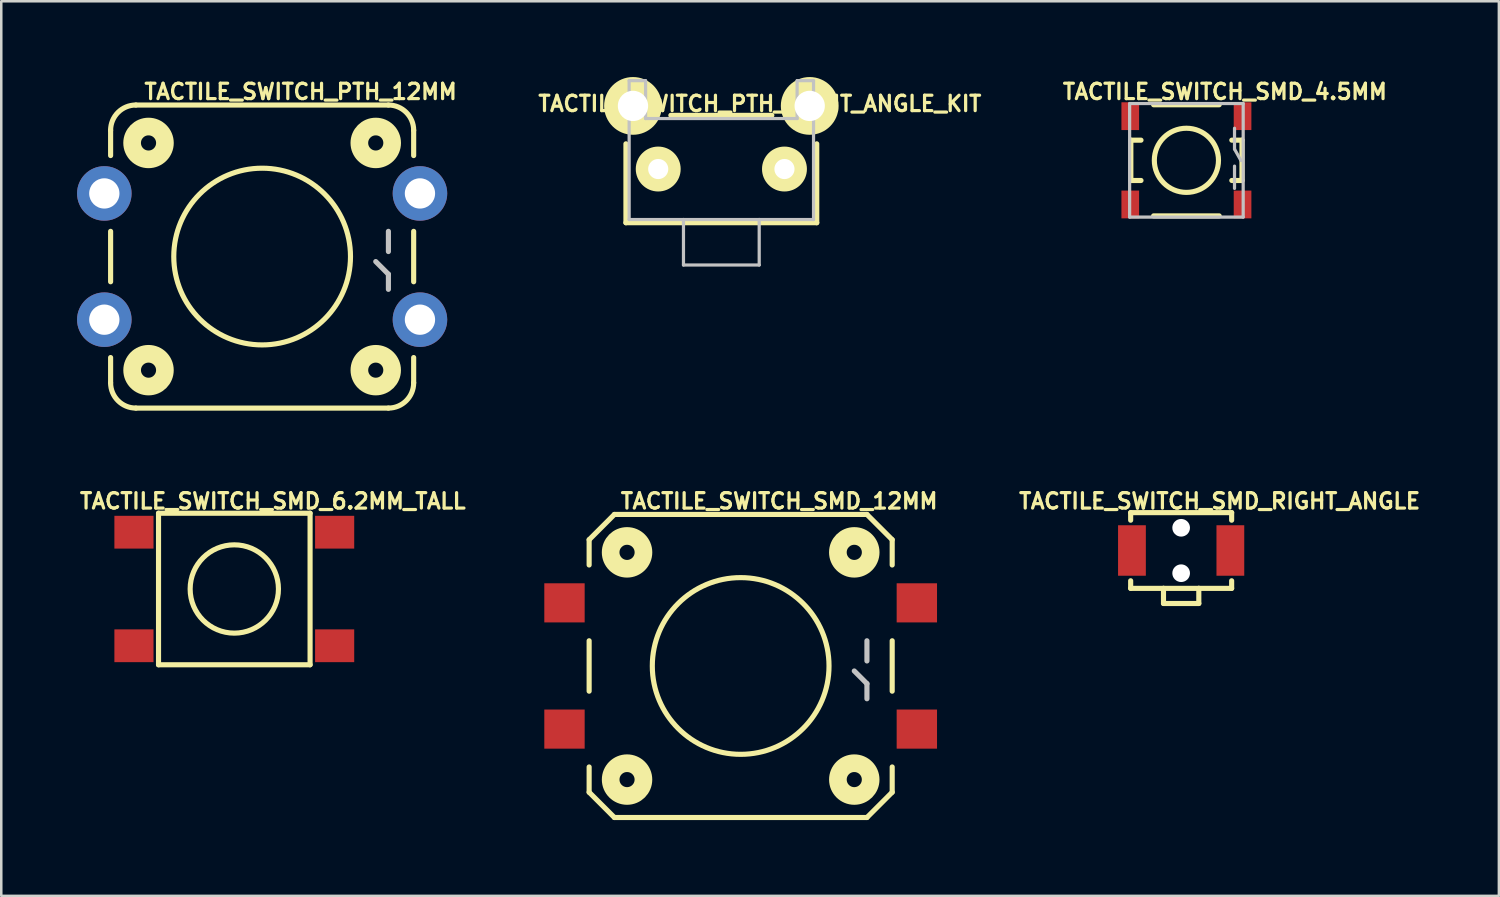
<source format=kicad_pcb>
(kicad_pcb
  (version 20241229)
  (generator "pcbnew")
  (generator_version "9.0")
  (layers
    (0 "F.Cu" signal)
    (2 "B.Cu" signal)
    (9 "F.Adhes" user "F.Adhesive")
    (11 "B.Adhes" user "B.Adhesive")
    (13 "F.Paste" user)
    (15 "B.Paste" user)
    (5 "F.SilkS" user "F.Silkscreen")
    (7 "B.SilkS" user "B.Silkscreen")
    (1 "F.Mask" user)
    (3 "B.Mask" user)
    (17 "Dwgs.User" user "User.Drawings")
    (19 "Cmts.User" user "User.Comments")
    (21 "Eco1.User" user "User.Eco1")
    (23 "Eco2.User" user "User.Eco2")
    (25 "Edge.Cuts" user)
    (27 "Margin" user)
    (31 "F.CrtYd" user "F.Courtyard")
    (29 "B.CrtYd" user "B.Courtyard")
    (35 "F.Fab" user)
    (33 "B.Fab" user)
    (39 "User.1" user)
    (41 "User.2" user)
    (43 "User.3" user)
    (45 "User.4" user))
  (footprint "TACTILE_SWITCH_PTH_RIGHT_ANGLE_KIT"
    (layer "F.Cu")
    (at 25.508 3.642)
    (property "Reference" "TACTILE_SWITCH_PTH_RIGHT_ANGLE_KIT" (at 1.524 -2.588 0) (layer "F.SilkS") (effects (font (size 0.61 0.61) (thickness 0.127))))
    (attr exclude_from_pos_files exclude_from_bom)
    (fp_line (start -3.777 -0.998) (end -3.777 2.126) (stroke (width 0.203) (type solid)) (layer "F.SilkS"))
    (fp_line (start -3.777 2.126) (end 3.777 2.126) (stroke (width 0.203) (type solid)) (layer "F.SilkS"))
    (fp_line (start 1.999 -2.126) (end -1.999 -2.126) (stroke (width 0.203) (type solid)) (layer "F.SilkS"))
    (fp_line (start 3.777 2.126) (end 3.777 -0.998) (stroke (width 0.203) (type solid)) (layer "F.SilkS"))
    (fp_circle (center -3.498 -2.499) (end -3.498 -3.642) (stroke (width 0) (type solid)) (fill yes) (layer "F.SilkS"))
    (fp_circle (center -3.498 -2.499) (end -3.498 -3.134) (stroke (width 0) (type solid)) (fill yes) (layer "F.SilkS"))
    (fp_circle (center -2.499 0) (end -2.499 -0.889) (stroke (width 0) (type solid)) (fill yes) (layer "F.SilkS"))
    (fp_circle (center -2.499 0) (end -2.499 -0.445) (stroke (width 0) (type solid)) (fill yes) (layer "F.SilkS"))
    (fp_circle (center 2.499 0) (end 2.499 -0.889) (stroke (width 0) (type solid)) (fill yes) (layer "F.SilkS"))
    (fp_circle (center 2.499 0) (end 2.499 -0.445) (stroke (width 0) (type solid)) (fill yes) (layer "F.SilkS"))
    (fp_circle (center 3.498 -2.499) (end 3.498 -3.642) (stroke (width 0) (type solid)) (fill yes) (layer "F.SilkS"))
    (fp_circle (center 3.498 -2.499) (end 3.498 -3.134) (stroke (width 0) (type solid)) (fill yes) (layer "F.SilkS"))
    (fp_line (start -3.65 -3.498) (end -3 -3.498) (stroke (width 0.127) (type solid)) (layer "Dwgs.User"))
    (fp_line (start -3.65 1.999) (end -3.65 -3.498) (stroke (width 0.127) (type solid)) (layer "Dwgs.User"))
    (fp_line (start -3.65 1.999) (end -1.499 1.999) (stroke (width 0.127) (type solid)) (layer "Dwgs.User"))
    (fp_line (start -3 -1.999) (end -3 -3.498) (stroke (width 0.127) (type solid)) (layer "Dwgs.User"))
    (fp_line (start -3 -1.999) (end 3 -1.999) (stroke (width 0.127) (type solid)) (layer "Dwgs.User"))
    (fp_line (start -1.499 1.999) (end -1.499 3.8) (stroke (width 0.127) (type solid)) (layer "Dwgs.User"))
    (fp_line (start -1.499 1.999) (end 1.499 1.999) (stroke (width 0.127) (type solid)) (layer "Dwgs.User"))
    (fp_line (start 1.499 1.999) (end 1.499 3.8) (stroke (width 0.127) (type solid)) (layer "Dwgs.User"))
    (fp_line (start 1.499 1.999) (end 3.65 1.999) (stroke (width 0.127) (type solid)) (layer "Dwgs.User"))
    (fp_line (start 1.499 3.8) (end -1.499 3.8) (stroke (width 0.127) (type solid)) (layer "Dwgs.User"))
    (fp_line (start 3 -3.498) (end 3.65 -3.498) (stroke (width 0.127) (type solid)) (layer "Dwgs.User"))
    (fp_line (start 3 -1.999) (end 3 -3.498) (stroke (width 0.127) (type solid)) (layer "Dwgs.User"))
    (fp_line (start 3.65 -3.498) (end 3.65 1.999) (stroke (width 0.127) (type solid)) (layer "Dwgs.User"))
    (pad "1" thru_hole circle (at -2.499 0) (size 1.699 1.699) (drill 0.798) (layers "*.Cu" "*.Paste" "*.Mask"))
    (pad "2" thru_hole circle (at 2.499 0) (size 1.699 1.699) (drill 0.798) (layers "*.Cu" "*.Paste" "*.Mask"))
    (pad "ANCH" thru_hole circle (at -3.498 -2.499) (size 2.2 2.2) (drill 1.199) (layers "*.Cu" "*.Paste" "*.Mask"))
    (pad "ANCH" thru_hole circle (at 3.498 -2.499) (size 2.2 2.2) (drill 1.199) (layers "*.Cu" "*.Paste" "*.Mask")))
  (footprint "TACTILE_SWITCH_SMD_12MM"
    (layer "F.Cu")
    (at 26.273 23.316)
    (property "Reference" "TACTILE_SWITCH_SMD_12MM" (at 1.524 -6.528 0) (layer "F.SilkS") (effects (font (size 0.61 0.61) (thickness 0.127))))
    (attr smd)
    (fp_line (start -5.999 -3.998) (end -5.999 -4.999) (stroke (width 0.203) (type solid)) (layer "F.SilkS"))
    (fp_line (start -5.999 0.998) (end -5.999 -0.998) (stroke (width 0.203) (type solid)) (layer "F.SilkS"))
    (fp_line (start -5.999 4.999) (end -5.999 3.998) (stroke (width 0.203) (type solid)) (layer "F.SilkS"))
    (fp_line (start -5.999 4.999) (end -4.999 5.999) (stroke (width 0.203) (type solid)) (layer "F.SilkS"))
    (fp_line (start -4.999 -5.999) (end -5.999 -4.999) (stroke (width 0.203) (type solid)) (layer "F.SilkS"))
    (fp_line (start -4.999 -5.999) (end 4.999 -5.999) (stroke (width 0.203) (type solid)) (layer "F.SilkS"))
    (fp_line (start 4.999 5.999) (end -4.999 5.999) (stroke (width 0.203) (type solid)) (layer "F.SilkS"))
    (fp_line (start 5.999 -4.999) (end 4.999 -5.999) (stroke (width 0.203) (type solid)) (layer "F.SilkS"))
    (fp_line (start 5.999 -4.999) (end 5.999 -3.998) (stroke (width 0.203) (type solid)) (layer "F.SilkS"))
    (fp_line (start 5.999 -0.998) (end 5.999 0.998) (stroke (width 0.203) (type solid)) (layer "F.SilkS"))
    (fp_line (start 5.999 3.998) (end 5.999 4.999) (stroke (width 0.203) (type solid)) (layer "F.SilkS"))
    (fp_line (start 5.999 4.999) (end 4.999 5.999) (stroke (width 0.203) (type solid)) (layer "F.SilkS"))
    (fp_circle (center -4.498 -4.498) (end -4.498 -4.798) (stroke (width 0.699) (type solid)) (fill no) (layer "F.SilkS"))
    (fp_circle (center -4.498 4.498) (end -4.498 4.199) (stroke (width 0.699) (type solid)) (fill no) (layer "F.SilkS"))
    (fp_circle (center 0 0) (end 0 -3.498) (stroke (width 0.203) (type solid)) (fill no) (layer "F.SilkS"))
    (fp_circle (center 4.498 -4.498) (end 4.498 -4.798) (stroke (width 0.699) (type solid)) (fill no) (layer "F.SilkS"))
    (fp_circle (center 4.498 4.498) (end 4.498 4.199) (stroke (width 0.699) (type solid)) (fill no) (layer "F.SilkS"))
    (fp_line (start 4.999 -0.198) (end 4.999 -0.998) (stroke (width 0.203) (type solid)) (layer "Dwgs.User"))
    (fp_line (start 4.999 0.699) (end 4.498 0.198) (stroke (width 0.203) (type solid)) (layer "Dwgs.User"))
    (fp_line (start 4.999 1.298) (end 4.999 0.699) (stroke (width 0.203) (type solid)) (layer "Dwgs.User"))
    (pad "1" smd rect (at 6.975 2.499) (size 1.598 1.549) (layers "F.Cu" "F.Mask" "F.Paste"))
    (pad "2" smd rect (at -6.975 2.499) (size 1.598 1.549) (layers "F.Cu" "F.Mask" "F.Paste"))
    (pad "3" smd rect (at 6.975 -2.499) (size 1.598 1.549) (layers "F.Cu" "F.Mask" "F.Paste"))
    (pad "4" smd rect (at -6.975 -2.499) (size 1.598 1.549) (layers "F.Cu" "F.Mask" "F.Paste")))
  (footprint "TACTILE_SWITCH_SMD_6.2MM_TALL"
    (layer "F.Cu")
    (at 6.226 20.268)
    (property "Reference" "TACTILE_SWITCH_SMD_6.2MM_TALL" (at 1.524 -3.48 0) (layer "F.SilkS") (effects (font (size 0.61 0.61) (thickness 0.127))))
    (attr smd)
    (fp_line (start -3 -3) (end -3 3) (stroke (width 0.203) (type solid)) (layer "F.SilkS"))
    (fp_line (start -3 3) (end 3 3) (stroke (width 0.203) (type solid)) (layer "F.SilkS"))
    (fp_line (start 3 -3) (end -3 -3) (stroke (width 0.203) (type solid)) (layer "F.SilkS"))
    (fp_line (start 3 3) (end 3 -3) (stroke (width 0.203) (type solid)) (layer "F.SilkS"))
    (fp_circle (center 0 0) (end 0 -1.748) (stroke (width 0.203) (type solid)) (fill no) (layer "F.SilkS"))
    (pad "A1" smd rect (at -3.973 2.248 90) (size 1.298 1.549) (layers "F.Cu" "F.Mask" "F.Paste"))
    (pad "A2" smd rect (at 3.973 2.248 90) (size 1.298 1.549) (layers "F.Cu" "F.Mask" "F.Paste"))
    (pad "B1" smd rect (at -3.973 -2.248 90) (size 1.298 1.549) (layers "F.Cu" "F.Mask" "F.Paste"))
    (pad "B2" smd rect (at 3.973 -2.248 90) (size 1.298 1.549) (layers "F.Cu" "F.Mask" "F.Paste")))
  (footprint "TACTILE_SWITCH_SMD_4.5MM"
    (layer "F.Cu")
    (at 43.92 3.297)
    (property "Reference" "TACTILE_SWITCH_SMD_4.5MM" (at 1.524 -2.718 0) (layer "F.SilkS") (effects (font (size 0.61 0.61) (thickness 0.127))))
    (attr smd)
    (fp_line (start -2.2 -0.798) (end -2.2 0.798) (stroke (width 0.203) (type solid)) (layer "F.SilkS"))
    (fp_line (start -1.798 -0.798) (end -2.2 -0.798) (stroke (width 0.203) (type solid)) (layer "F.SilkS"))
    (fp_line (start -1.798 0.798) (end -2.2 0.798) (stroke (width 0.203) (type solid)) (layer "F.SilkS"))
    (fp_line (start -1.298 2.2) (end 1.298 2.2) (stroke (width 0.203) (type solid)) (layer "F.SilkS"))
    (fp_line (start 1.298 -2.2) (end -1.298 -2.2) (stroke (width 0.203) (type solid)) (layer "F.SilkS"))
    (fp_line (start 2.2 -0.798) (end 1.798 -0.798) (stroke (width 0.203) (type solid)) (layer "F.SilkS"))
    (fp_line (start 2.2 0.798) (end 1.798 0.798) (stroke (width 0.203) (type solid)) (layer "F.SilkS"))
    (fp_line (start 2.2 0.798) (end 2.2 -0.798) (stroke (width 0.203) (type solid)) (layer "F.SilkS"))
    (fp_circle (center 0 0) (end 0 -1.27) (stroke (width 0.203) (type solid)) (fill no) (layer "F.SilkS"))
    (fp_line (start -2.248 -2.248) (end 2.248 -2.248) (stroke (width 0.127) (type solid)) (layer "Dwgs.User"))
    (fp_line (start -2.248 2.248) (end -2.248 -2.248) (stroke (width 0.127) (type solid)) (layer "Dwgs.User"))
    (fp_line (start 1.905 -1.27) (end 1.905 -0.445) (stroke (width 0.127) (type solid)) (layer "Dwgs.User"))
    (fp_line (start 1.905 -0.445) (end 2.159 0.008) (stroke (width 0.127) (type solid)) (layer "Dwgs.User"))
    (fp_line (start 1.905 0.229) (end 1.905 1.113) (stroke (width 0.127) (type solid)) (layer "Dwgs.User"))
    (fp_line (start 2.248 -2.248) (end 2.248 2.248) (stroke (width 0.127) (type solid)) (layer "Dwgs.User"))
    (fp_line (start 2.248 2.248) (end -2.248 2.248) (stroke (width 0.127) (type solid)) (layer "Dwgs.User"))
    (pad "1" smd rect (at 2.223 -1.748 90) (size 1.1 0.699) (layers "F.Cu" "F.Mask" "F.Paste"))
    (pad "2" smd rect (at 2.223 1.748 90) (size 1.1 0.699) (layers "F.Cu" "F.Mask" "F.Paste"))
    (pad "3" smd rect (at -2.223 1.748 90) (size 1.1 0.699) (layers "F.Cu" "F.Mask" "F.Paste"))
    (pad "4" smd rect (at -2.223 -1.748 90) (size 1.1 0.699) (layers "F.Cu" "F.Mask" "F.Paste")))
  (footprint "TACTILE_SWITCH_SMD_RIGHT_ANGLE"
    (layer "F.Cu")
    (at 43.712 18.744)
    (property "Reference" "TACTILE_SWITCH_SMD_RIGHT_ANGLE" (at 1.524 -1.956 0) (layer "F.SilkS") (effects (font (size 0.61 0.61) (thickness 0.127))))
    (attr smd)
    (fp_line (start -1.999 -1.499) (end 1.999 -1.499) (stroke (width 0.203) (type solid)) (layer "F.SilkS"))
    (fp_line (start -1.999 -1.199) (end -1.999 -1.499) (stroke (width 0.203) (type solid)) (layer "F.SilkS"))
    (fp_line (start -1.999 1.199) (end -1.999 1.499) (stroke (width 0.203) (type solid)) (layer "F.SilkS"))
    (fp_line (start -1.999 1.499) (end -0.699 1.499) (stroke (width 0.203) (type solid)) (layer "F.SilkS"))
    (fp_line (start -0.699 1.499) (end 0.699 1.499) (stroke (width 0.203) (type solid)) (layer "F.SilkS"))
    (fp_line (start -0.699 2.098) (end -0.699 1.499) (stroke (width 0.203) (type solid)) (layer "F.SilkS"))
    (fp_line (start -0.699 2.098) (end 0.699 2.098) (stroke (width 0.203) (type solid)) (layer "F.SilkS"))
    (fp_line (start 0.699 1.499) (end 1.999 1.499) (stroke (width 0.203) (type solid)) (layer "F.SilkS"))
    (fp_line (start 0.699 2.098) (end 0.699 1.499) (stroke (width 0.203) (type solid)) (layer "F.SilkS"))
    (fp_line (start 1.999 -1.499) (end 1.999 -1.199) (stroke (width 0.203) (type solid)) (layer "F.SilkS"))
    (fp_line (start 1.999 1.499) (end 1.999 1.199) (stroke (width 0.203) (type solid)) (layer "F.SilkS"))
    (pad "" np_thru_hole circle (at 0 -0.899) (size 0.699 0.699) (drill 0.699) (layers "*.Cu" "*.Mask"))
    (pad "" np_thru_hole circle (at 0 0.899) (size 0.699 0.699) (drill 0.699) (layers "*.Cu" "*.Mask"))
    (pad "1" smd rect (at -1.948 0 90) (size 1.999 1.1) (layers "F.Cu" "F.Mask" "F.Paste"))
    (pad "2" smd rect (at 1.948 0 90) (size 1.999 1.1) (layers "F.Cu" "F.Mask" "F.Paste")))
  (footprint "TACTILE_SWITCH_PTH_12MM"
    (layer "F.Cu")
    (at 7.328 7.107)
    (property "Reference" "TACTILE_SWITCH_PTH_12MM" (at 1.524 -6.528 0) (layer "F.SilkS") (effects (font (size 0.61 0.61) (thickness 0.127))))
    (attr exclude_from_pos_files exclude_from_bom)
    (fp_line (start -5.999 -3.998) (end -5.999 -4.999) (stroke (width 0.203) (type solid)) (layer "F.SilkS"))
    (fp_line (start -5.999 0.998) (end -5.999 -0.998) (stroke (width 0.203) (type solid)) (layer "F.SilkS"))
    (fp_line (start -5.999 4.999) (end -5.999 3.998) (stroke (width 0.203) (type solid)) (layer "F.SilkS"))
    (fp_line (start -4.999 -5.999) (end 4.999 -5.999) (stroke (width 0.203) (type solid)) (layer "F.SilkS"))
    (fp_line (start 4.999 5.999) (end -4.999 5.999) (stroke (width 0.203) (type solid)) (layer "F.SilkS"))
    (fp_line (start 5.999 -4.999) (end 5.999 -3.998) (stroke (width 0.203) (type solid)) (layer "F.SilkS"))
    (fp_line (start 5.999 -0.998) (end 5.999 0.998) (stroke (width 0.203) (type solid)) (layer "F.SilkS"))
    (fp_line (start 5.999 3.998) (end 5.999 4.999) (stroke (width 0.203) (type solid)) (layer "F.SilkS"))
    (fp_arc (start -5.99948 -4.99872) (mid -5.706364 -5.706364) (end -4.99872 -5.99948) (stroke (width 0.2032) (type solid)) (layer "F.SilkS"))
    (fp_arc (start -4.99872 5.99948) (mid -5.706364 5.706364) (end -5.99948 4.99872) (stroke (width 0.2032) (type solid)) (layer "F.SilkS"))
    (fp_arc (start 4.99872 -5.99948) (mid 5.706364 -5.706364) (end 5.99948 -4.99872) (stroke (width 0.2032) (type solid)) (layer "F.SilkS"))
    (fp_arc (start 5.99948 4.99872) (mid 5.706364 5.706364) (end 4.99872 5.99948) (stroke (width 0.2032) (type solid)) (layer "F.SilkS"))
    (fp_circle (center -4.498 -4.498) (end -4.498 -4.798) (stroke (width 0.699) (type solid)) (fill no) (layer "F.SilkS"))
    (fp_circle (center -4.498 4.498) (end -4.498 4.199) (stroke (width 0.699) (type solid)) (fill no) (layer "F.SilkS"))
    (fp_circle (center 0 0) (end 0 -3.498) (stroke (width 0.203) (type solid)) (fill no) (layer "F.SilkS"))
    (fp_circle (center 4.498 -4.498) (end 4.498 -4.798) (stroke (width 0.699) (type solid)) (fill no) (layer "F.SilkS"))
    (fp_circle (center 4.498 4.498) (end 4.498 4.199) (stroke (width 0.699) (type solid)) (fill no) (layer "F.SilkS"))
    (fp_line (start 4.999 -0.198) (end 4.999 -0.998) (stroke (width 0.203) (type solid)) (layer "Dwgs.User"))
    (fp_line (start 4.999 0.699) (end 4.498 0.198) (stroke (width 0.203) (type solid)) (layer "Dwgs.User"))
    (fp_line (start 4.999 1.298) (end 4.999 0.699) (stroke (width 0.203) (type solid)) (layer "Dwgs.User"))
    (pad "1" thru_hole circle (at 6.248 2.499) (size 2.159 2.159) (drill 1.199) (layers "*.Cu" "*.Paste" "*.Mask"))
    (pad "2" thru_hole circle (at -6.248 2.499) (size 2.159 2.159) (drill 1.199) (layers "*.Cu" "*.Paste" "*.Mask"))
    (pad "3" thru_hole circle (at 6.248 -2.499) (size 2.159 2.159) (drill 1.199) (layers "*.Cu" "*.Paste" "*.Mask"))
    (pad "4" thru_hole circle (at -6.248 -2.499) (size 2.159 2.159) (drill 1.199) (layers "*.Cu" "*.Paste" "*.Mask")))
  (gr_rect
    (start -3 -3)
    (end 56.291 32.417)
    (stroke (width 0.1) (type default))
    (fill no)
    (layer "Edge.Cuts")))
</source>
